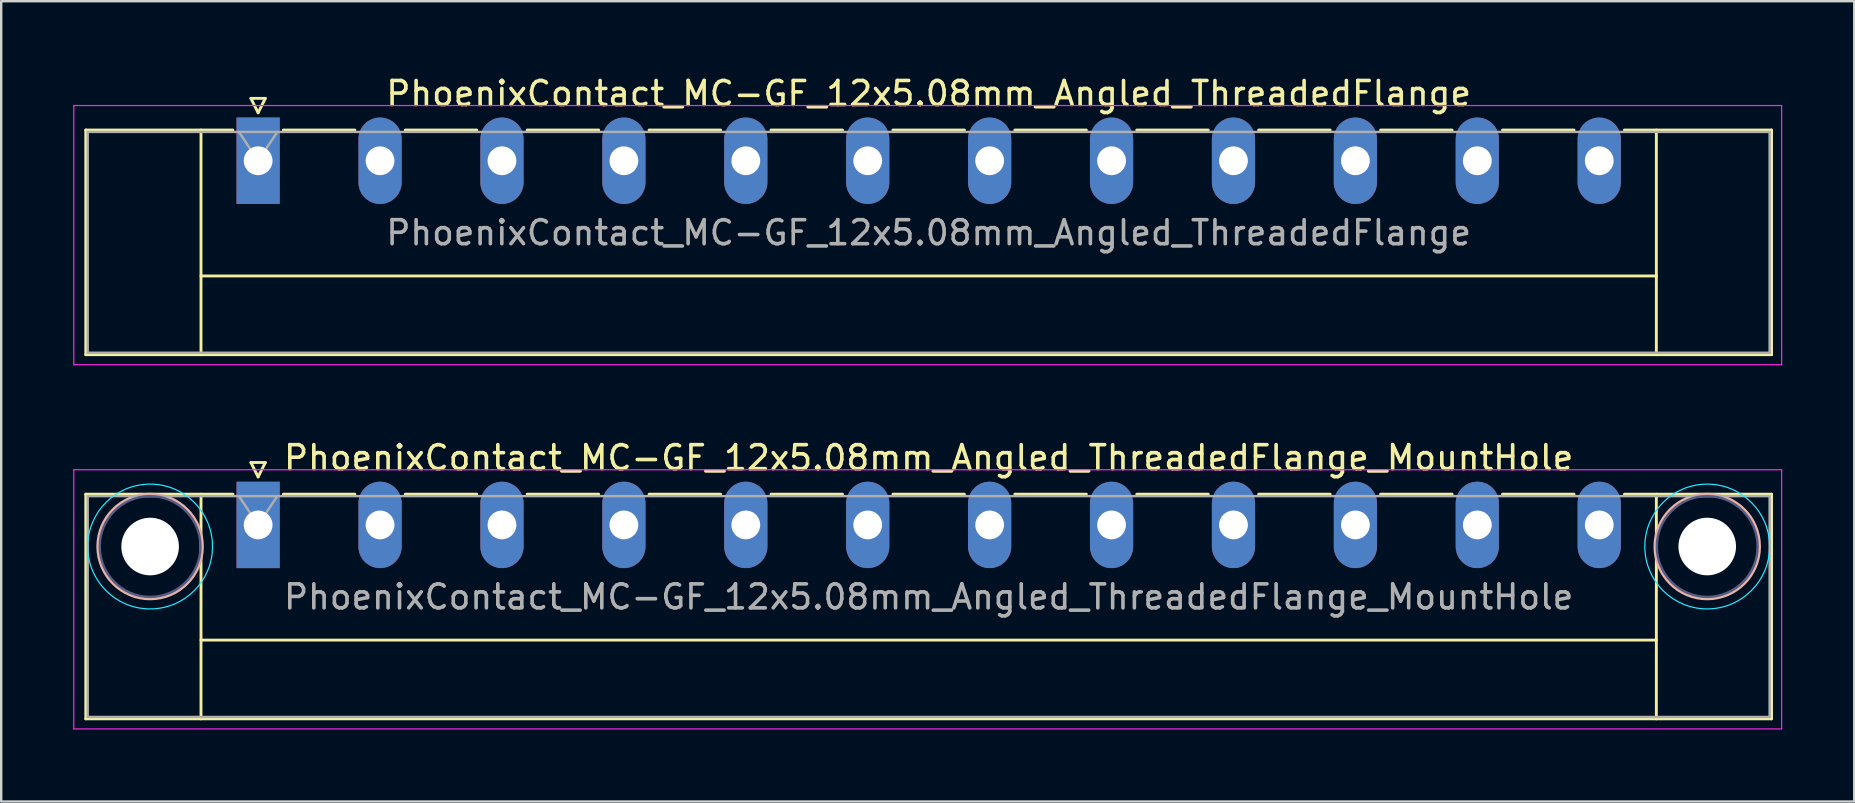
<source format=kicad_pcb>
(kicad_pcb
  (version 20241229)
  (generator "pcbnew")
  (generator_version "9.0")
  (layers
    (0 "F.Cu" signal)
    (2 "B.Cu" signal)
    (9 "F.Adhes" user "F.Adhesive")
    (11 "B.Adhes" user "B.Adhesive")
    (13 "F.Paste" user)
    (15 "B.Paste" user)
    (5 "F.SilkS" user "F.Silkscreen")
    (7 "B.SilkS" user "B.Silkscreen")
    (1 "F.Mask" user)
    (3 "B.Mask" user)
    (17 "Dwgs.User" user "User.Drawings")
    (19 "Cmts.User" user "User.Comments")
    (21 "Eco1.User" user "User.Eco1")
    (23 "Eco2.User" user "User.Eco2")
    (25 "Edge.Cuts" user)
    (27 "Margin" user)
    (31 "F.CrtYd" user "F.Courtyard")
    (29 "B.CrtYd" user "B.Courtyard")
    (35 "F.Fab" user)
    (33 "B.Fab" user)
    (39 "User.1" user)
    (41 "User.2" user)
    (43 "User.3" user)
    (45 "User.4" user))
  (footprint "PhoenixContact_MC-GF_12x5.08mm_Angled_ThreadedFlange_MountHole"
    (layer "F.Cu")
    (at 7.705 18.822)
    (property "Reference" "PhoenixContact_MC-GF_12x5.08mm_Angled_ThreadedFlange_MountHole" (at 27.94 -2.8 0) (layer "F.SilkS") (effects (font (size 1 1) (thickness 0.15))))
    (attr through_hole)
    (fp_line (start -7.18 -1.28) (end -7.18 8.08) (stroke (width 0.12) (type solid)) (layer "F.SilkS"))
    (fp_line (start -7.18 -1.28) (end -1.05 -1.28) (stroke (width 0.12) (type solid)) (layer "F.SilkS"))
    (fp_line (start -7.18 8.08) (end 63.06 8.08) (stroke (width 0.12) (type solid)) (layer "F.SilkS"))
    (fp_line (start -2.38 -1.28) (end -2.38 8.08) (stroke (width 0.12) (type solid)) (layer "F.SilkS"))
    (fp_line (start -2.38 4.8) (end 58.26 4.8) (stroke (width 0.12) (type solid)) (layer "F.SilkS"))
    (fp_line (start -0.3 -2.6) (end 0.3 -2.6) (stroke (width 0.12) (type solid)) (layer "F.SilkS"))
    (fp_line (start 0 -2) (end -0.3 -2.6) (stroke (width 0.12) (type solid)) (layer "F.SilkS"))
    (fp_line (start 0.3 -2.6) (end 0 -2) (stroke (width 0.12) (type solid)) (layer "F.SilkS"))
    (fp_line (start 1.05 -1.28) (end 4.03 -1.28) (stroke (width 0.12) (type solid)) (layer "F.SilkS"))
    (fp_line (start 6.13 -1.28) (end 9.11 -1.28) (stroke (width 0.12) (type solid)) (layer "F.SilkS"))
    (fp_line (start 11.21 -1.28) (end 14.19 -1.28) (stroke (width 0.12) (type solid)) (layer "F.SilkS"))
    (fp_line (start 16.29 -1.28) (end 19.27 -1.28) (stroke (width 0.12) (type solid)) (layer "F.SilkS"))
    (fp_line (start 21.37 -1.28) (end 24.35 -1.28) (stroke (width 0.12) (type solid)) (layer "F.SilkS"))
    (fp_line (start 26.45 -1.28) (end 29.43 -1.28) (stroke (width 0.12) (type solid)) (layer "F.SilkS"))
    (fp_line (start 31.53 -1.28) (end 34.51 -1.28) (stroke (width 0.12) (type solid)) (layer "F.SilkS"))
    (fp_line (start 36.61 -1.28) (end 39.59 -1.28) (stroke (width 0.12) (type solid)) (layer "F.SilkS"))
    (fp_line (start 41.69 -1.28) (end 44.67 -1.28) (stroke (width 0.12) (type solid)) (layer "F.SilkS"))
    (fp_line (start 46.77 -1.28) (end 49.75 -1.28) (stroke (width 0.12) (type solid)) (layer "F.SilkS"))
    (fp_line (start 51.85 -1.28) (end 54.83 -1.28) (stroke (width 0.12) (type solid)) (layer "F.SilkS"))
    (fp_line (start 58.26 -1.28) (end 58.26 8.08) (stroke (width 0.12) (type solid)) (layer "F.SilkS"))
    (fp_line (start 63.06 -1.28) (end 56.93 -1.28) (stroke (width 0.12) (type solid)) (layer "F.SilkS"))
    (fp_line (start 63.06 8.08) (end 63.06 -1.28) (stroke (width 0.12) (type solid)) (layer "F.SilkS"))
    (fp_circle (center -4.5 0.9) (end -2.32 0.9) (stroke (width 0.12) (type solid)) (fill no) (layer "B.SilkS"))
    (fp_circle (center 60.38 0.9) (end 62.56 0.9) (stroke (width 0.12) (type solid)) (fill no) (layer "B.SilkS"))
    (fp_circle (center -4.5 0.9) (end -1.9 0.9) (stroke (width 0.05) (type solid)) (fill no) (layer "B.CrtYd"))
    (fp_circle (center 60.38 0.9) (end 62.98 0.9) (stroke (width 0.05) (type solid)) (fill no) (layer "B.CrtYd"))
    (fp_line (start -7.68 -2.3) (end -7.68 8.5) (stroke (width 0.05) (type solid)) (layer "F.CrtYd"))
    (fp_line (start -7.68 8.5) (end 63.48 8.5) (stroke (width 0.05) (type solid)) (layer "F.CrtYd"))
    (fp_line (start 63.48 -2.3) (end -7.68 -2.3) (stroke (width 0.05) (type solid)) (layer "F.CrtYd"))
    (fp_line (start 63.48 8.5) (end 63.48 -2.3) (stroke (width 0.05) (type solid)) (layer "F.CrtYd"))
    (fp_circle (center -4.5 0.9) (end -2.4 0.9) (stroke (width 0.1) (type solid)) (fill no) (layer "B.Fab"))
    (fp_circle (center 60.38 0.9) (end 62.48 0.9) (stroke (width 0.1) (type solid)) (fill no) (layer "B.Fab"))
    (fp_line (start -7.1 -1.2) (end -7.1 8) (stroke (width 0.1) (type solid)) (layer "F.Fab"))
    (fp_line (start -7.1 8) (end 62.98 8) (stroke (width 0.1) (type solid)) (layer "F.Fab"))
    (fp_line (start 0 0) (end -0.8 -1.2) (stroke (width 0.1) (type solid)) (layer "F.Fab"))
    (fp_line (start 0.8 -1.2) (end 0 0) (stroke (width 0.1) (type solid)) (layer "F.Fab"))
    (fp_line (start 62.98 -1.2) (end -7.1 -1.2) (stroke (width 0.1) (type solid)) (layer "F.Fab"))
    (fp_line (start 62.98 8) (end 62.98 -1.2) (stroke (width 0.1) (type solid)) (layer "F.Fab"))
    (fp_text user "${REFERENCE}" (at 27.94 3 0) (layer "F.Fab") (effects (font (size 1 1) (thickness 0.15))))
    (pad "" np_thru_hole circle (at -4.5 0.9) (size 2.4 2.4) (drill 2.4) (layers "*.Cu" "*.Mask"))
    (pad "" np_thru_hole circle (at 60.38 0.9) (size 2.4 2.4) (drill 2.4) (layers "*.Cu" "*.Mask"))
    (pad "1" thru_hole rect (at 0 0) (size 1.8 3.6) (drill 1.2) (layers "*.Cu" "*.Mask"))
    (pad "2" thru_hole oval (at 5.08 0) (size 1.8 3.6) (drill 1.2) (layers "*.Cu" "*.Mask"))
    (pad "3" thru_hole oval (at 10.16 0) (size 1.8 3.6) (drill 1.2) (layers "*.Cu" "*.Mask"))
    (pad "4" thru_hole oval (at 15.24 0) (size 1.8 3.6) (drill 1.2) (layers "*.Cu" "*.Mask"))
    (pad "5" thru_hole oval (at 20.32 0) (size 1.8 3.6) (drill 1.2) (layers "*.Cu" "*.Mask"))
    (pad "6" thru_hole oval (at 25.4 0) (size 1.8 3.6) (drill 1.2) (layers "*.Cu" "*.Mask"))
    (pad "7" thru_hole oval (at 30.48 0) (size 1.8 3.6) (drill 1.2) (layers "*.Cu" "*.Mask"))
    (pad "8" thru_hole oval (at 35.56 0) (size 1.8 3.6) (drill 1.2) (layers "*.Cu" "*.Mask"))
    (pad "9" thru_hole oval (at 40.64 0) (size 1.8 3.6) (drill 1.2) (layers "*.Cu" "*.Mask"))
    (pad "10" thru_hole oval (at 45.72 0) (size 1.8 3.6) (drill 1.2) (layers "*.Cu" "*.Mask"))
    (pad "11" thru_hole oval (at 50.8 0) (size 1.8 3.6) (drill 1.2) (layers "*.Cu" "*.Mask"))
    (pad "12" thru_hole oval (at 55.88 0) (size 1.8 3.6) (drill 1.2) (layers "*.Cu" "*.Mask")))
  (footprint "PhoenixContact_MC-GF_12x5.08mm_Angled_ThreadedFlange"
    (layer "F.Cu")
    (at 7.705 3.648)
    (property "Reference" "PhoenixContact_MC-GF_12x5.08mm_Angled_ThreadedFlange" (at 27.94 -2.8 0) (layer "F.SilkS") (effects (font (size 1 1) (thickness 0.15))))
    (attr through_hole)
    (fp_line (start -7.18 -1.28) (end -7.18 8.08) (stroke (width 0.12) (type solid)) (layer "F.SilkS"))
    (fp_line (start -7.18 -1.28) (end -1.05 -1.28) (stroke (width 0.12) (type solid)) (layer "F.SilkS"))
    (fp_line (start -7.18 8.08) (end 63.06 8.08) (stroke (width 0.12) (type solid)) (layer "F.SilkS"))
    (fp_line (start -2.38 -1.28) (end -2.38 8.08) (stroke (width 0.12) (type solid)) (layer "F.SilkS"))
    (fp_line (start -2.38 4.8) (end 58.26 4.8) (stroke (width 0.12) (type solid)) (layer "F.SilkS"))
    (fp_line (start -0.3 -2.6) (end 0.3 -2.6) (stroke (width 0.12) (type solid)) (layer "F.SilkS"))
    (fp_line (start 0 -2) (end -0.3 -2.6) (stroke (width 0.12) (type solid)) (layer "F.SilkS"))
    (fp_line (start 0.3 -2.6) (end 0 -2) (stroke (width 0.12) (type solid)) (layer "F.SilkS"))
    (fp_line (start 1.05 -1.28) (end 4.03 -1.28) (stroke (width 0.12) (type solid)) (layer "F.SilkS"))
    (fp_line (start 6.13 -1.28) (end 9.11 -1.28) (stroke (width 0.12) (type solid)) (layer "F.SilkS"))
    (fp_line (start 11.21 -1.28) (end 14.19 -1.28) (stroke (width 0.12) (type solid)) (layer "F.SilkS"))
    (fp_line (start 16.29 -1.28) (end 19.27 -1.28) (stroke (width 0.12) (type solid)) (layer "F.SilkS"))
    (fp_line (start 21.37 -1.28) (end 24.35 -1.28) (stroke (width 0.12) (type solid)) (layer "F.SilkS"))
    (fp_line (start 26.45 -1.28) (end 29.43 -1.28) (stroke (width 0.12) (type solid)) (layer "F.SilkS"))
    (fp_line (start 31.53 -1.28) (end 34.51 -1.28) (stroke (width 0.12) (type solid)) (layer "F.SilkS"))
    (fp_line (start 36.61 -1.28) (end 39.59 -1.28) (stroke (width 0.12) (type solid)) (layer "F.SilkS"))
    (fp_line (start 41.69 -1.28) (end 44.67 -1.28) (stroke (width 0.12) (type solid)) (layer "F.SilkS"))
    (fp_line (start 46.77 -1.28) (end 49.75 -1.28) (stroke (width 0.12) (type solid)) (layer "F.SilkS"))
    (fp_line (start 51.85 -1.28) (end 54.83 -1.28) (stroke (width 0.12) (type solid)) (layer "F.SilkS"))
    (fp_line (start 58.26 -1.28) (end 58.26 8.08) (stroke (width 0.12) (type solid)) (layer "F.SilkS"))
    (fp_line (start 63.06 -1.28) (end 56.93 -1.28) (stroke (width 0.12) (type solid)) (layer "F.SilkS"))
    (fp_line (start 63.06 8.08) (end 63.06 -1.28) (stroke (width 0.12) (type solid)) (layer "F.SilkS"))
    (fp_line (start -7.68 -2.3) (end -7.68 8.5) (stroke (width 0.05) (type solid)) (layer "F.CrtYd"))
    (fp_line (start -7.68 8.5) (end 63.48 8.5) (stroke (width 0.05) (type solid)) (layer "F.CrtYd"))
    (fp_line (start 63.48 -2.3) (end -7.68 -2.3) (stroke (width 0.05) (type solid)) (layer "F.CrtYd"))
    (fp_line (start 63.48 8.5) (end 63.48 -2.3) (stroke (width 0.05) (type solid)) (layer "F.CrtYd"))
    (fp_line (start -7.1 -1.2) (end -7.1 8) (stroke (width 0.1) (type solid)) (layer "F.Fab"))
    (fp_line (start -7.1 8) (end 62.98 8) (stroke (width 0.1) (type solid)) (layer "F.Fab"))
    (fp_line (start 0 0) (end -0.8 -1.2) (stroke (width 0.1) (type solid)) (layer "F.Fab"))
    (fp_line (start 0.8 -1.2) (end 0 0) (stroke (width 0.1) (type solid)) (layer "F.Fab"))
    (fp_line (start 62.98 -1.2) (end -7.1 -1.2) (stroke (width 0.1) (type solid)) (layer "F.Fab"))
    (fp_line (start 62.98 8) (end 62.98 -1.2) (stroke (width 0.1) (type solid)) (layer "F.Fab"))
    (fp_text user "${REFERENCE}" (at 27.94 3 0) (layer "F.Fab") (effects (font (size 1 1) (thickness 0.15))))
    (pad "1" thru_hole rect (at 0 0) (size 1.8 3.6) (drill 1.2) (layers "*.Cu" "*.Mask"))
    (pad "2" thru_hole oval (at 5.08 0) (size 1.8 3.6) (drill 1.2) (layers "*.Cu" "*.Mask"))
    (pad "3" thru_hole oval (at 10.16 0) (size 1.8 3.6) (drill 1.2) (layers "*.Cu" "*.Mask"))
    (pad "4" thru_hole oval (at 15.24 0) (size 1.8 3.6) (drill 1.2) (layers "*.Cu" "*.Mask"))
    (pad "5" thru_hole oval (at 20.32 0) (size 1.8 3.6) (drill 1.2) (layers "*.Cu" "*.Mask"))
    (pad "6" thru_hole oval (at 25.4 0) (size 1.8 3.6) (drill 1.2) (layers "*.Cu" "*.Mask"))
    (pad "7" thru_hole oval (at 30.48 0) (size 1.8 3.6) (drill 1.2) (layers "*.Cu" "*.Mask"))
    (pad "8" thru_hole oval (at 35.56 0) (size 1.8 3.6) (drill 1.2) (layers "*.Cu" "*.Mask"))
    (pad "9" thru_hole oval (at 40.64 0) (size 1.8 3.6) (drill 1.2) (layers "*.Cu" "*.Mask"))
    (pad "10" thru_hole oval (at 45.72 0) (size 1.8 3.6) (drill 1.2) (layers "*.Cu" "*.Mask"))
    (pad "11" thru_hole oval (at 50.8 0) (size 1.8 3.6) (drill 1.2) (layers "*.Cu" "*.Mask"))
    (pad "12" thru_hole oval (at 55.88 0) (size 1.8 3.6) (drill 1.2) (layers "*.Cu" "*.Mask")))
  (gr_rect
    (start -3 -3)
    (end 74.21 30.346)
    (stroke (width 0.1) (type default))
    (fill no)
    (layer "Edge.Cuts")))
</source>
